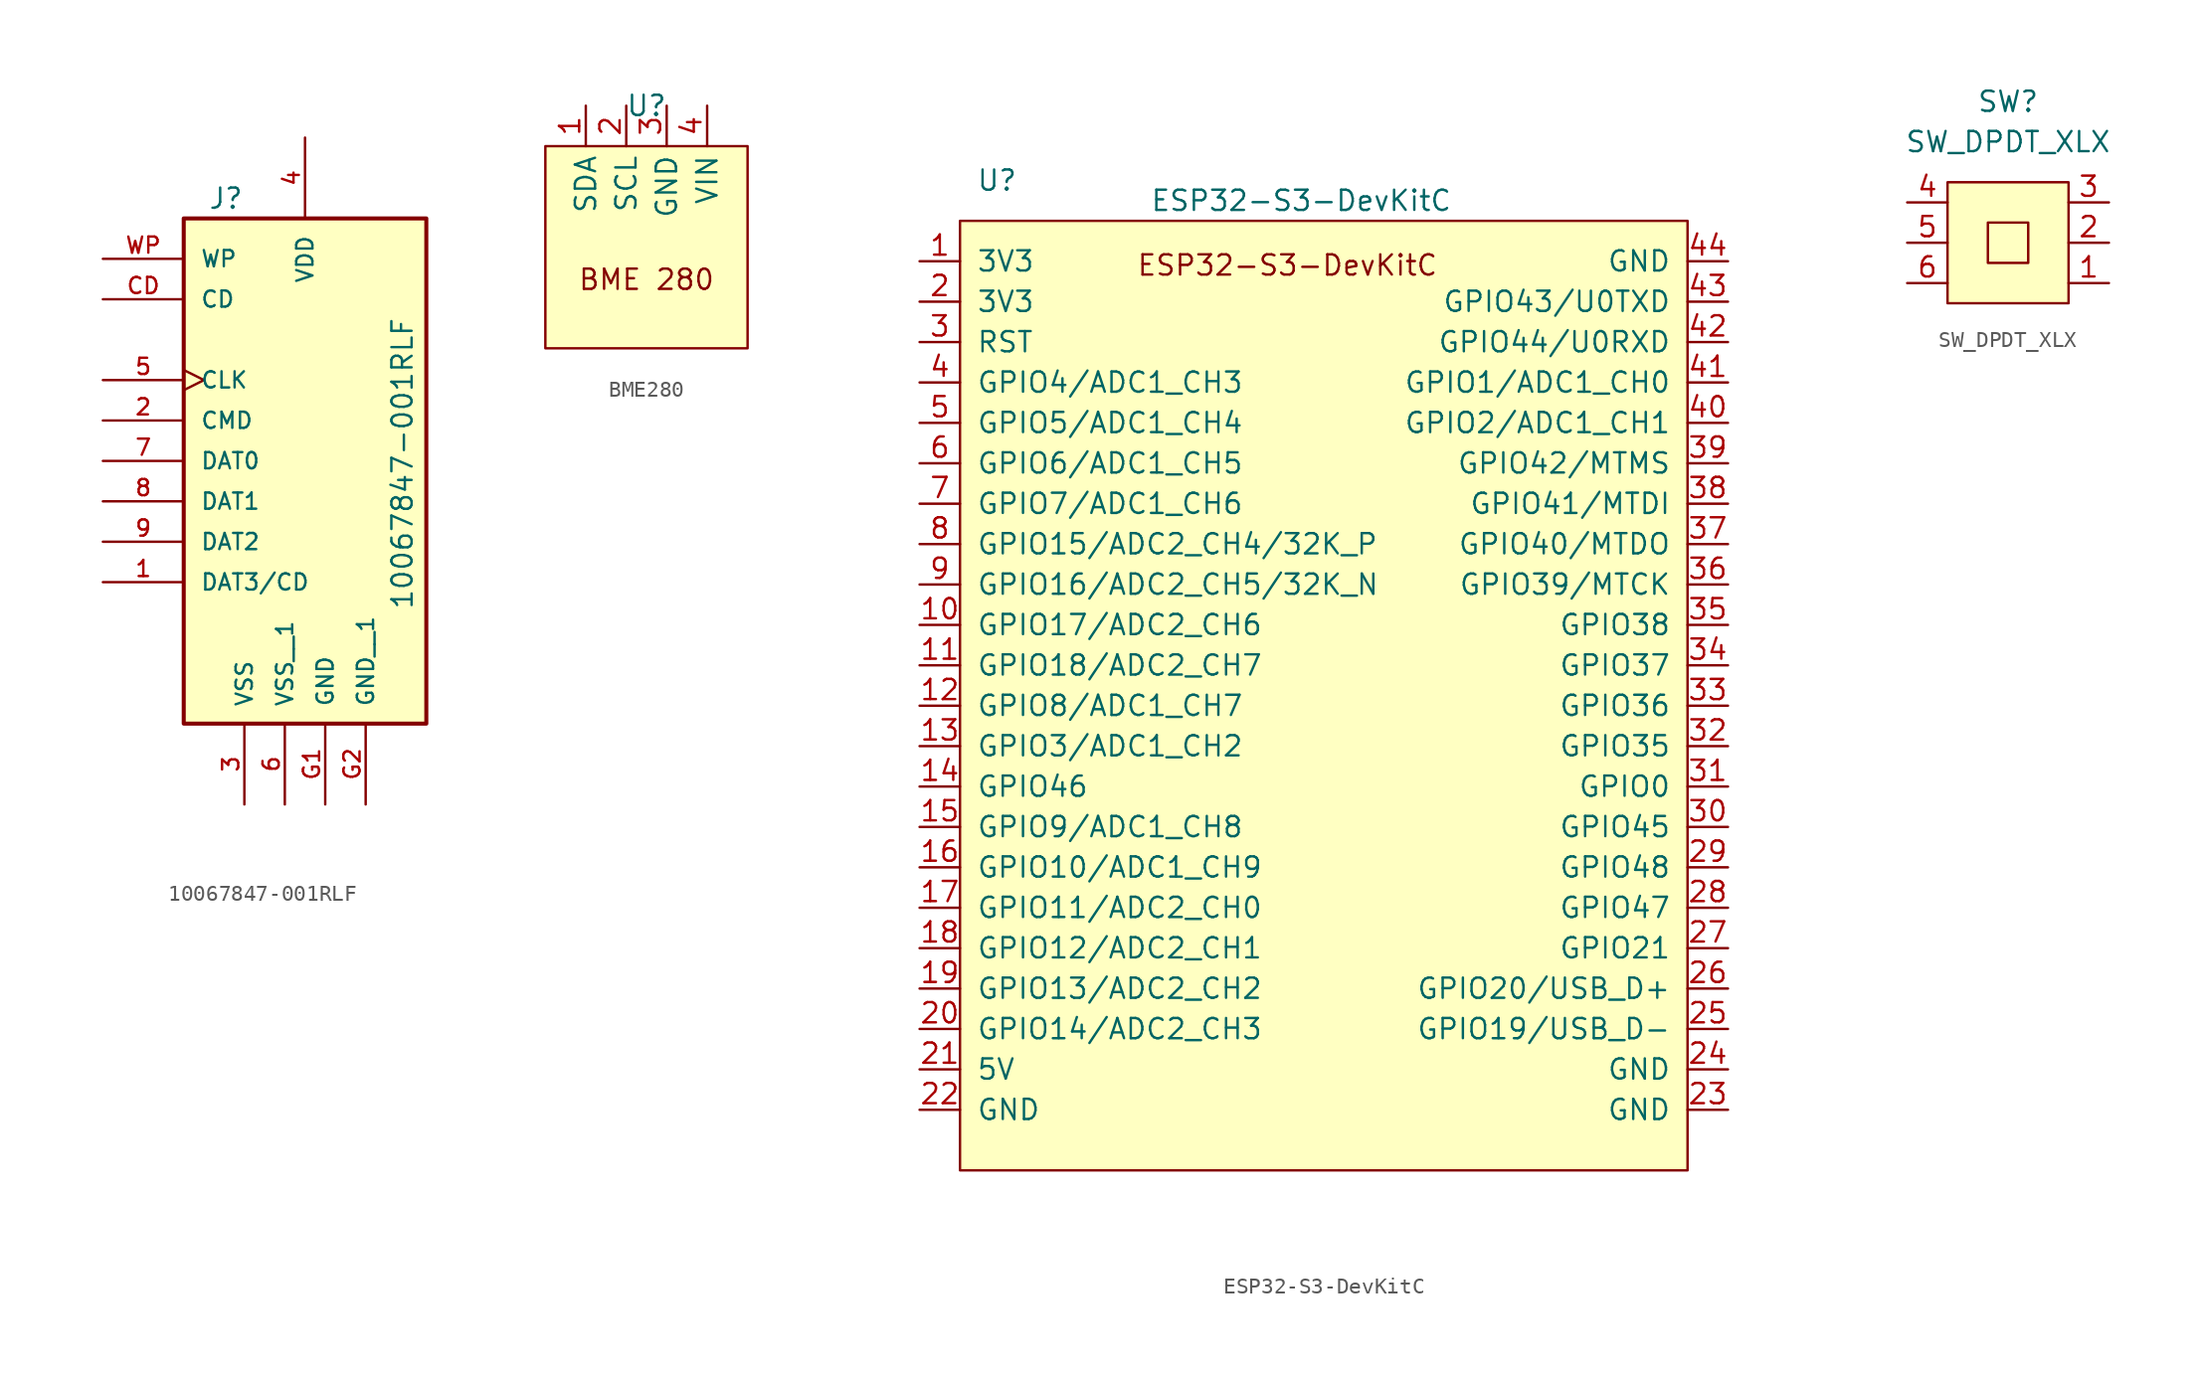
<source format=kicad_sym>
(kicad_symbol_lib
  (version 20231120)
  (generator "kicad_symbol_editor")
  (generator_version "8.0")
  (symbol "10067847-001RLF"
    (pin_names
      (offset 1.016))
    (property "Reference" "J"
      (at -6.096 13.208 0)
      (effects (font (size 1.27 1.27)) (justify left bottom)))
    (property "Value" "10067847-001RLF"
      (at 6.858 -11.938 90)
      (effects (font (size 1.27 1.27)) (justify left bottom)))
    (symbol "10067847-001RLF_0_0"
      (rectangle (start -7.62 12.7) (end 7.62 -19.05) (stroke (width 0.254) (type default)) (fill (type background)))
      (pin bidirectional line (at -12.7 -10.16 0) (length 5.08) (name "DAT3/CD" (effects (font (size 1.016 1.016)))) (number "1" (effects (font (size 1.016 1.016)))))
      (pin bidirectional line (at -12.7 0 0) (length 5.08) (name "CMD" (effects (font (size 1.016 1.016)))) (number "2" (effects (font (size 1.016 1.016)))))
      (pin power_in line (at -3.81 -24.13 90) (length 5.08) (name "VSS" (effects (font (size 1.016 1.016)))) (number "3" (effects (font (size 1.016 1.016)))))
      (pin power_in line (at 0 17.78 270) (length 5.08) (name "VDD" (effects (font (size 1.016 1.016)))) (number "4" (effects (font (size 1.016 1.016)))))
      (pin bidirectional clock (at -12.7 2.54 0) (length 5.08) (name "CLK" (effects (font (size 1.016 1.016)))) (number "5" (effects (font (size 1.016 1.016)))))
      (pin power_in line (at -1.27 -24.13 90) (length 5.08) (name "VSS__1" (effects (font (size 1.016 1.016)))) (number "6" (effects (font (size 1.016 1.016)))))
      (pin bidirectional line (at -12.7 -2.54 0) (length 5.08) (name "DAT0" (effects (font (size 1.016 1.016)))) (number "7" (effects (font (size 1.016 1.016)))))
      (pin bidirectional line (at -12.7 -5.08 0) (length 5.08) (name "DAT1" (effects (font (size 1.016 1.016)))) (number "8" (effects (font (size 1.016 1.016)))))
      (pin bidirectional line (at -12.7 -7.62 0) (length 5.08) (name "DAT2" (effects (font (size 1.016 1.016)))) (number "9" (effects (font (size 1.016 1.016)))))
      (pin input line (at -12.7 7.62 0) (length 5.08) (name "CD" (effects (font (size 1.016 1.016)))) (number "CD" (effects (font (size 1.016 1.016)))))
      (pin power_in line (at 1.27 -24.13 90) (length 5.08) (name "GND" (effects (font (size 1.016 1.016)))) (number "G1" (effects (font (size 1.016 1.016)))))
      (pin power_in line (at 3.81 -24.13 90) (length 5.08) (name "GND__1" (effects (font (size 1.016 1.016)))) (number "G2" (effects (font (size 1.016 1.016)))))
      (pin input line (at -12.7 10.16 0) (length 5.08) (name "WP" (effects (font (size 1.016 1.016)))) (number "WP" (effects (font (size 1.016 1.016)))))))
  (symbol "BME280"
    (property "Reference" "U"
      (at 0 0 0)
      (effects (font (size 1.27 1.27))))
    (property "Value" ""
      (at 0 0 0)
      (effects (font (size 1.27 1.27))))
    (symbol "BME280_0_1"
      (rectangle (start -6.35 -2.54) (end 6.35 -15.24) (stroke (width 0) (type solid)) (fill (type background))))
    (symbol "BME280_1_1"
      (text "BME 280" (at 0 -10.922 0) (effects (font (size 1.27 1.27))))
      (pin input line (at -3.81 0 270) (length 2.54) (name "SDA" (effects (font (size 1.27 1.27)))) (number "1" (effects (font (size 1.27 1.27)))))
      (pin input line (at -1.27 0 270) (length 2.54) (name "SCL" (effects (font (size 1.27 1.27)))) (number "2" (effects (font (size 1.27 1.27)))))
      (pin power_in line (at 1.27 0 270) (length 2.54) (name "GND" (effects (font (size 1.27 1.27)))) (number "3" (effects (font (size 1.27 1.27)))))
      (pin power_in line (at 3.81 0 270) (length 2.54) (name "VIN" (effects (font (size 1.27 1.27)))) (number "4" (effects (font (size 1.27 1.27)))))))
  (symbol "ESP32-S3-DevKitC"
    (pin_names
      (offset 1.016))
    (property "Reference" "U"
      (at -21.844 45.72 0)
      (effects (font (size 1.27 1.27)) (justify left)))
    (property "Value" "ESP32-S3-DevKitC"
      (at -10.922 44.45 0)
      (effects (font (size 1.27 1.27)) (justify left)))
    (symbol "ESP32-S3-DevKitC_0_0"
      (text "ESP32-S3-DevKitC" (at -2.286 40.386 0) (effects (font (size 1.27 1.27))))
      (pin bidirectional line (at -25.4 7.62 0) (length 2.54) (name "GPIO46" (effects (font (size 1.27 1.27)))) (number "14" (effects (font (size 1.27 1.27)))))
      (pin bidirectional line (at -25.4 -5.08 0) (length 2.54) (name "GPIO13/ADC2_CH2" (effects (font (size 1.27 1.27)))) (number "19" (effects (font (size 1.27 1.27)))))
      (pin bidirectional line (at 25.4 27.94 180) (length 2.54) (name "GPIO42/MTMS" (effects (font (size 1.27 1.27)))) (number "39" (effects (font (size 1.27 1.27)))))
      (pin bidirectional line (at 25.4 30.48 180) (length 2.54) (name "GPIO2/ADC1_CH1" (effects (font (size 1.27 1.27)))) (number "40" (effects (font (size 1.27 1.27)))))
      (pin bidirectional line (at 25.4 33.02 180) (length 2.54) (name "GPIO1/ADC1_CH0" (effects (font (size 1.27 1.27)))) (number "41" (effects (font (size 1.27 1.27)))))
      (pin bidirectional line (at 25.4 35.56 180) (length 2.54) (name "GPIO44/U0RXD" (effects (font (size 1.27 1.27)))) (number "42" (effects (font (size 1.27 1.27)))))
      (pin bidirectional line (at 25.4 38.1 180) (length 2.54) (name "GPIO43/U0TXD" (effects (font (size 1.27 1.27)))) (number "43" (effects (font (size 1.27 1.27)))))
      (pin power_in line (at 25.4 40.64 180) (length 2.54) (name "GND" (effects (font (size 1.27 1.27)))) (number "44" (effects (font (size 1.27 1.27))))))
    (symbol "ESP32-S3-DevKitC_0_1"
      (rectangle (start -22.86 43.18) (end 22.86 -16.51) (stroke (width 0) (type default)) (fill (type background)))
      (pin power_in line (at -25.4 38.1 0) (length 2.54) (name "3V3" (effects (font (size 1.27 1.27)))) (number "2" (effects (font (size 1.27 1.27))))))
    (symbol "ESP32-S3-DevKitC_1_1"
      (pin power_in line (at -25.4 40.64 0) (length 2.54) (name "3V3" (effects (font (size 1.27 1.27)))) (number "1" (effects (font (size 1.27 1.27)))))
      (pin bidirectional line (at -25.4 17.78 0) (length 2.54) (name "GPIO17/ADC2_CH6" (effects (font (size 1.27 1.27)))) (number "10" (effects (font (size 1.27 1.27)))))
      (pin bidirectional line (at -25.4 15.24 0) (length 2.54) (name "GPIO18/ADC2_CH7" (effects (font (size 1.27 1.27)))) (number "11" (effects (font (size 1.27 1.27)))))
      (pin bidirectional line (at -25.4 12.7 0) (length 2.54) (name "GPIO8/ADC1_CH7" (effects (font (size 1.27 1.27)))) (number "12" (effects (font (size 1.27 1.27)))))
      (pin bidirectional line (at -25.4 10.16 0) (length 2.54) (name "GPIO3/ADC1_CH2" (effects (font (size 1.27 1.27)))) (number "13" (effects (font (size 1.27 1.27)))))
      (pin bidirectional line (at -25.4 5.08 0) (length 2.54) (name "GPIO9/ADC1_CH8" (effects (font (size 1.27 1.27)))) (number "15" (effects (font (size 1.27 1.27)))))
      (pin bidirectional line (at -25.4 2.54 0) (length 2.54) (name "GPIO10/ADC1_CH9" (effects (font (size 1.27 1.27)))) (number "16" (effects (font (size 1.27 1.27)))))
      (pin bidirectional line (at -25.4 0 0) (length 2.54) (name "GPIO11/ADC2_CH0" (effects (font (size 1.27 1.27)))) (number "17" (effects (font (size 1.27 1.27)))))
      (pin bidirectional line (at -25.4 -2.54 0) (length 2.54) (name "GPIO12/ADC2_CH1" (effects (font (size 1.27 1.27)))) (number "18" (effects (font (size 1.27 1.27)))))
      (pin bidirectional line (at -25.4 -7.62 0) (length 2.54) (name "GPIO14/ADC2_CH3" (effects (font (size 1.27 1.27)))) (number "20" (effects (font (size 1.27 1.27)))))
      (pin power_in line (at -25.4 -10.16 0) (length 2.54) (name "5V" (effects (font (size 1.27 1.27)))) (number "21" (effects (font (size 1.27 1.27)))))
      (pin power_in line (at -25.4 -12.7 0) (length 2.54) (name "GND" (effects (font (size 1.27 1.27)))) (number "22" (effects (font (size 1.27 1.27)))))
      (pin power_in line (at 25.4 -12.7 180) (length 2.54) (name "GND" (effects (font (size 1.27 1.27)))) (number "23" (effects (font (size 1.27 1.27)))))
      (pin power_in line (at 25.4 -10.16 180) (length 2.54) (name "GND" (effects (font (size 1.27 1.27)))) (number "24" (effects (font (size 1.27 1.27)))))
      (pin bidirectional line (at 25.4 -7.62 180) (length 2.54) (name "GPIO19/USB_D-" (effects (font (size 1.27 1.27)))) (number "25" (effects (font (size 1.27 1.27)))))
      (pin bidirectional line (at 25.4 -5.08 180) (length 2.54) (name "GPIO20/USB_D+" (effects (font (size 1.27 1.27)))) (number "26" (effects (font (size 1.27 1.27)))))
      (pin bidirectional line (at 25.4 -2.54 180) (length 2.54) (name "GPIO21" (effects (font (size 1.27 1.27)))) (number "27" (effects (font (size 1.27 1.27)))))
      (pin bidirectional line (at 25.4 0 180) (length 2.54) (name "GPIO47" (effects (font (size 1.27 1.27)))) (number "28" (effects (font (size 1.27 1.27)))))
      (pin bidirectional line (at 25.4 2.54 180) (length 2.54) (name "GPIO48" (effects (font (size 1.27 1.27)))) (number "29" (effects (font (size 1.27 1.27)))))
      (pin input line (at -25.4 35.56 0) (length 2.54) (name "RST" (effects (font (size 1.27 1.27)))) (number "3" (effects (font (size 1.27 1.27)))))
      (pin bidirectional line (at 25.4 5.08 180) (length 2.54) (name "GPIO45" (effects (font (size 1.27 1.27)))) (number "30" (effects (font (size 1.27 1.27)))))
      (pin bidirectional line (at 25.4 7.62 180) (length 2.54) (name "GPIO0" (effects (font (size 1.27 1.27)))) (number "31" (effects (font (size 1.27 1.27)))))
      (pin bidirectional line (at 25.4 10.16 180) (length 2.54) (name "GPIO35" (effects (font (size 1.27 1.27)))) (number "32" (effects (font (size 1.27 1.27)))))
      (pin bidirectional line (at 25.4 12.7 180) (length 2.54) (name "GPIO36" (effects (font (size 1.27 1.27)))) (number "33" (effects (font (size 1.27 1.27)))))
      (pin bidirectional line (at 25.4 15.24 180) (length 2.54) (name "GPIO37" (effects (font (size 1.27 1.27)))) (number "34" (effects (font (size 1.27 1.27)))))
      (pin bidirectional line (at 25.4 17.78 180) (length 2.54) (name "GPIO38" (effects (font (size 1.27 1.27)))) (number "35" (effects (font (size 1.27 1.27)))))
      (pin bidirectional line (at 25.4 20.32 180) (length 2.54) (name "GPIO39/MTCK" (effects (font (size 1.27 1.27)))) (number "36" (effects (font (size 1.27 1.27)))))
      (pin bidirectional line (at 25.4 22.86 180) (length 2.54) (name "GPIO40/MTDO" (effects (font (size 1.27 1.27)))) (number "37" (effects (font (size 1.27 1.27)))))
      (pin bidirectional line (at 25.4 25.4 180) (length 2.54) (name "GPIO41/MTDI" (effects (font (size 1.27 1.27)))) (number "38" (effects (font (size 1.27 1.27)))))
      (pin bidirectional line (at -25.4 33.02 0) (length 2.54) (name "GPIO4/ADC1_CH3" (effects (font (size 1.27 1.27)))) (number "4" (effects (font (size 1.27 1.27)))))
      (pin bidirectional line (at -25.4 30.48 0) (length 2.54) (name "GPIO5/ADC1_CH4" (effects (font (size 1.27 1.27)))) (number "5" (effects (font (size 1.27 1.27)))))
      (pin bidirectional line (at -25.4 27.94 0) (length 2.54) (name "GPIO6/ADC1_CH5" (effects (font (size 1.27 1.27)))) (number "6" (effects (font (size 1.27 1.27)))))
      (pin bidirectional line (at -25.4 25.4 0) (length 2.54) (name "GPIO7/ADC1_CH6" (effects (font (size 1.27 1.27)))) (number "7" (effects (font (size 1.27 1.27)))))
      (pin bidirectional line (at -25.4 22.86 0) (length 2.54) (name "GPIO15/ADC2_CH4/32K_P" (effects (font (size 1.27 1.27)))) (number "8" (effects (font (size 1.27 1.27)))))
      (pin bidirectional line (at -25.4 20.32 0) (length 2.54) (name "GPIO16/ADC2_CH5/32K_N" (effects (font (size 1.27 1.27)))) (number "9" (effects (font (size 1.27 1.27)))))))
  (symbol "SW_DPDT_XLX"
    (pin_names
      (offset 1.016))
    (property "Reference" "SW"
      (at 0 5.08 0)
      (effects (font (size 1.27 1.27))))
    (property "Value" "SW_DPDT_XLX"
      (at 0 2.54 0)
      (effects (font (size 1.27 1.27))))
    (symbol "SW_DPDT_XLX_0_1"
      (rectangle (start -3.81 0) (end 3.81 -7.62) (stroke (width 0) (type solid)) (fill (type background)))
      (polyline (pts (xy -1.27 -2.54) (xy 1.27 -2.54) (xy 1.27 -5.08) (xy -1.27 -5.08) (xy -1.27 -2.54)) (stroke (width 0) (type solid)) (fill (type none))))
    (symbol "SW_DPDT_XLX_1_1"
      (pin input line (at 6.35 -6.35 180) (length 2.54) (name "~" (effects (font (size 1.27 1.27)))) (number "1" (effects (font (size 1.27 1.27)))))
      (pin input line (at 6.35 -3.81 180) (length 2.54) (name "~" (effects (font (size 1.27 1.27)))) (number "2" (effects (font (size 1.27 1.27)))))
      (pin input line (at 6.35 -1.27 180) (length 2.54) (name "~" (effects (font (size 1.27 1.27)))) (number "3" (effects (font (size 1.27 1.27)))))
      (pin input line (at -6.35 -1.27 0) (length 2.54) (name "~" (effects (font (size 1.27 1.27)))) (number "4" (effects (font (size 1.27 1.27)))))
      (pin input line (at -6.35 -3.81 0) (length 2.54) (name "~" (effects (font (size 1.27 1.27)))) (number "5" (effects (font (size 1.27 1.27)))))
      (pin input line (at -6.35 -6.35 0) (length 2.54) (name "~" (effects (font (size 1.27 1.27)))) (number "6" (effects (font (size 1.27 1.27))))))))
</source>
